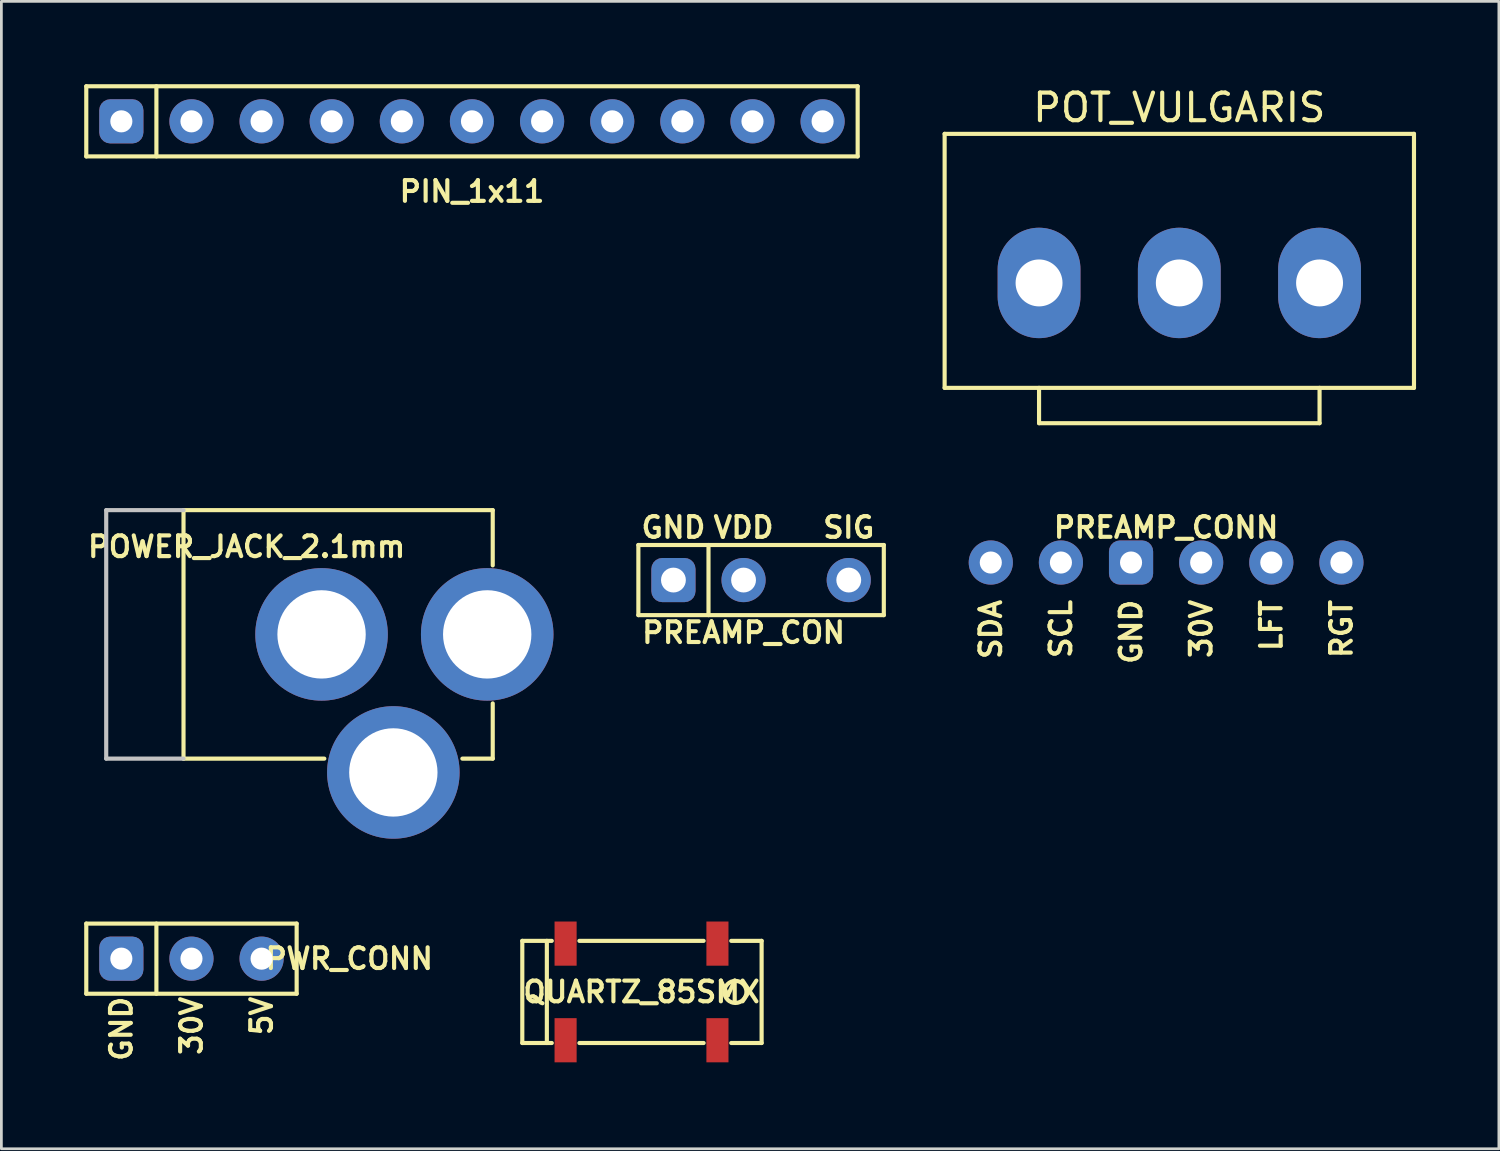
<source format=kicad_pcb>
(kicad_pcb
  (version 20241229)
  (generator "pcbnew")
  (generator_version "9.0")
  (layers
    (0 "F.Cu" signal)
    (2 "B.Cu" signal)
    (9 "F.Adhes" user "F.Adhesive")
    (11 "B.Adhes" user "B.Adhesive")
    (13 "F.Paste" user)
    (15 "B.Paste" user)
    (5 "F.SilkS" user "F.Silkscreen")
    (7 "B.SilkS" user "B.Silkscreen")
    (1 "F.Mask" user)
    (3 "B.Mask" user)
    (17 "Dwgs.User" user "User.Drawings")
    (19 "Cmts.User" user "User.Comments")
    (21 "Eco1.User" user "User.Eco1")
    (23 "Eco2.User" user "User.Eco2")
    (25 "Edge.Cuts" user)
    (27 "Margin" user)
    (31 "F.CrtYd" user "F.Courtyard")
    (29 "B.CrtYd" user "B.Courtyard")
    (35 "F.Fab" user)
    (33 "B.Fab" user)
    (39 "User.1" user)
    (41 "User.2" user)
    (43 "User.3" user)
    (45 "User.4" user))
  (footprint "PREAMP_CON"
    (layer "F.Cu")
    (at 23.882 17.96)
    (property "Reference" "PREAMP_CON" (at 0 1.905 0) (layer "F.SilkS") (effects (font (size 0.75 0.75) (thickness 0.15))))
    (attr through_hole)
    (fp_line (start -3.81 -1.27) (end -3.81 1.27) (stroke (width 0.15) (type solid)) (layer "F.SilkS"))
    (fp_line (start -3.81 1.27) (end 5.08 1.27) (stroke (width 0.15) (type solid)) (layer "F.SilkS"))
    (fp_line (start -1.27 -1.27) (end -1.27 1.27) (stroke (width 0.15) (type solid)) (layer "F.SilkS"))
    (fp_line (start 5.08 -1.27) (end -3.81 -1.27) (stroke (width 0.15) (type solid)) (layer "F.SilkS"))
    (fp_line (start 5.08 1.27) (end 5.08 -1.27) (stroke (width 0.15) (type solid)) (layer "F.SilkS"))
    (fp_text user "SIG" (at 3.81 -1.905 0) (layer "F.SilkS") (effects (font (size 0.75 0.75) (thickness 0.15))))
    (fp_text user "GND" (at -2.54 -1.905 0) (layer "F.SilkS") (effects (font (size 0.75 0.75) (thickness 0.15))))
    (fp_text user "VDD" (at 0 -1.905 0) (layer "F.SilkS") (effects (font (size 0.75 0.75) (thickness 0.15))))
    (pad "1" thru_hole roundrect (at -2.54 0) (size 1.6 1.6) (drill 0.9) (layers "*.Cu" "*.Mask") (roundrect_rratio 0.25))
    (pad "2" thru_hole circle (at 0 0) (size 1.6 1.6) (drill 0.9) (layers "*.Cu" "*.Mask"))
    (pad "3" thru_hole circle (at 3.81 0) (size 1.6 1.6) (drill 0.9) (layers "*.Cu" "*.Mask")))
  (footprint "PIN_1x11"
    (layer "F.Cu")
    (at 14.045 1.345)
    (property "Reference" "PIN_1x11" (at 0 2.54 0) (layer "F.SilkS") (effects (font (size 0.75 0.75) (thickness 0.15))))
    (attr through_hole)
    (fp_line (start -13.97 -1.27) (end -13.97 1.27) (stroke (width 0.15) (type solid)) (layer "F.SilkS"))
    (fp_line (start -13.97 -1.27) (end 13.97 -1.27) (stroke (width 0.15) (type solid)) (layer "F.SilkS"))
    (fp_line (start -11.43 1.27) (end -11.43 -1.27) (stroke (width 0.15) (type solid)) (layer "F.SilkS"))
    (fp_line (start 13.97 -1.27) (end 13.97 1.27) (stroke (width 0.15) (type solid)) (layer "F.SilkS"))
    (fp_line (start 13.97 1.27) (end -13.97 1.27) (stroke (width 0.15) (type solid)) (layer "F.SilkS"))
    (pad "1" thru_hole roundrect (at -12.7 0) (size 1.6 1.6) (drill 0.8) (layers "*.Cu" "*.Mask") (roundrect_rratio 0.25))
    (pad "2" thru_hole circle (at -10.16 0) (size 1.6 1.6) (drill 0.8) (layers "*.Cu" "*.Mask"))
    (pad "3" thru_hole circle (at -7.62 0) (size 1.6 1.6) (drill 0.8) (layers "*.Cu" "*.Mask"))
    (pad "4" thru_hole circle (at -5.08 0) (size 1.6 1.6) (drill 0.8) (layers "*.Cu" "*.Mask"))
    (pad "5" thru_hole circle (at -2.54 0) (size 1.6 1.6) (drill 0.8) (layers "*.Cu" "*.Mask"))
    (pad "6" thru_hole circle (at 0 0) (size 1.6 1.6) (drill 0.8) (layers "*.Cu" "*.Mask"))
    (pad "7" thru_hole circle (at 2.54 0) (size 1.6 1.6) (drill 0.8) (layers "*.Cu" "*.Mask"))
    (pad "8" thru_hole circle (at 5.08 0) (size 1.6 1.6) (drill 0.8) (layers "*.Cu" "*.Mask"))
    (pad "9" thru_hole circle (at 7.62 0) (size 1.6 1.6) (drill 0.8) (layers "*.Cu" "*.Mask"))
    (pad "10" thru_hole circle (at 10.16 0) (size 1.6 1.6) (drill 0.8) (layers "*.Cu" "*.Mask"))
    (pad "11" thru_hole circle (at 12.7 0) (size 1.6 1.6) (drill 0.8) (layers "*.Cu" "*.Mask")))
  (footprint "PREAMP_CONN"
    (layer "F.Cu")
    (at 39.187 17.325)
    (property "Reference" "PREAMP_CONN" (at 0 -1.27 0) (unlocked yes) (layer "F.SilkS") (effects (font (size 0.75 0.75) (thickness 0.15))))
    (attr through_hole)
    (fp_text user "SCL" (at -3.81 1.27 90) (unlocked yes) (layer "F.SilkS") (effects (font (size 0.75 0.75) (thickness 0.15)) (justify right)))
    (fp_text user "GND" (at -1.27 1.27 90) (unlocked yes) (layer "F.SilkS") (effects (font (size 0.75 0.75) (thickness 0.15)) (justify right)))
    (fp_text user "RGT" (at 6.35 1.27 90) (unlocked yes) (layer "F.SilkS") (effects (font (size 0.75 0.75) (thickness 0.15)) (justify right)))
    (fp_text user "LFT" (at 3.81 1.27 90) (unlocked yes) (layer "F.SilkS") (effects (font (size 0.75 0.75) (thickness 0.15)) (justify right)))
    (fp_text user "SDA" (at -6.35 1.27 90) (unlocked yes) (layer "F.SilkS") (effects (font (size 0.75 0.75) (thickness 0.15)) (justify right)))
    (fp_text user "30V" (at 1.27 1.27 90) (unlocked yes) (layer "F.SilkS") (effects (font (size 0.75 0.75) (thickness 0.15)) (justify right)))
    (pad "1" thru_hole circle (at -6.35 0) (size 1.6 1.6) (drill 0.8) (layers "*.Cu" "*.Mask"))
    (pad "2" thru_hole circle (at -3.81 0) (size 1.6 1.6) (drill 0.8) (layers "*.Cu" "*.Mask"))
    (pad "3" thru_hole roundrect (at -1.27 0) (size 1.6 1.6) (drill 0.8) (layers "*.Cu" "*.Mask") (roundrect_rratio 0.25))
    (pad "4" thru_hole circle (at 1.27 0) (size 1.6 1.6) (drill 0.8) (layers "*.Cu" "*.Mask"))
    (pad "5" thru_hole circle (at 3.81 0) (size 1.6 1.6) (drill 0.8) (layers "*.Cu" "*.Mask"))
    (pad "6" thru_hole circle (at 6.35 0) (size 1.6 1.6) (drill 0.8) (layers "*.Cu" "*.Mask")))
  (footprint "PWR_CONN"
    (layer "F.Cu")
    (at 3.885 31.673)
    (property "Reference" "PWR_CONN" (at 5.715 0 0) (layer "F.SilkS") (effects (font (size 0.75 0.75) (thickness 0.15))))
    (attr through_hole)
    (fp_line (start -3.81 -1.27) (end -3.81 1.27) (stroke (width 0.15) (type solid)) (layer "F.SilkS"))
    (fp_line (start -3.81 -1.27) (end 3.81 -1.27) (stroke (width 0.15) (type solid)) (layer "F.SilkS"))
    (fp_line (start -1.27 1.27) (end -1.27 -1.27) (stroke (width 0.15) (type solid)) (layer "F.SilkS"))
    (fp_line (start 3.81 -1.27) (end 3.81 1.27) (stroke (width 0.15) (type solid)) (layer "F.SilkS"))
    (fp_line (start 3.81 1.27) (end -3.81 1.27) (stroke (width 0.15) (type solid)) (layer "F.SilkS"))
    (fp_text user "5V" (at 2.54 1.3 90) (unlocked yes) (layer "F.SilkS") (effects (font (size 0.75 0.75) (thickness 0.15)) (justify right)))
    (fp_text user "30V" (at 0 1.3 90) (unlocked yes) (layer "F.SilkS") (effects (font (size 0.75 0.75) (thickness 0.15)) (justify right)))
    (fp_text user "GND" (at -2.54 1.3 90) (unlocked yes) (layer "F.SilkS") (effects (font (size 0.75 0.75) (thickness 0.15)) (justify right)))
    (pad "1" thru_hole roundrect (at -2.54 0) (size 1.6 1.6) (drill 0.8) (layers "*.Cu" "*.Mask") (roundrect_rratio 0.25))
    (pad "2" thru_hole circle (at 0 0) (size 1.6 1.6) (drill 0.8) (layers "*.Cu" "*.Mask"))
    (pad "3" thru_hole circle (at 2.54 0) (size 1.6 1.6) (drill 0.8) (layers "*.Cu" "*.Mask")))
  (footprint "POT_VULGARIS"
    (layer "F.Cu")
    (at 39.665 7.198)
    (property "Reference" "POT_VULGARIS" (at 0 -6.35 0) (layer "F.SilkS") (effects (font (size 1 1) (thickness 0.15))))
    (attr through_hole)
    (fp_line (start -8.5 -5.4) (end -8.5 3.8) (stroke (width 0.15) (type solid)) (layer "F.SilkS"))
    (fp_line (start -8.5 -5.4) (end 8.5 -5.4) (stroke (width 0.15) (type solid)) (layer "F.SilkS"))
    (fp_line (start -8.5 3.8) (end 8.5 3.8) (stroke (width 0.15) (type solid)) (layer "F.SilkS"))
    (fp_line (start -5.08 5.08) (end -5.08 3.8) (stroke (width 0.15) (type solid)) (layer "F.SilkS"))
    (fp_line (start -5.08 5.08) (end 5.08 5.08) (stroke (width 0.15) (type solid)) (layer "F.SilkS"))
    (fp_line (start 5.08 5.08) (end 5.08 3.8) (stroke (width 0.15) (type solid)) (layer "F.SilkS"))
    (fp_line (start 8.5 -5.4) (end 8.5 3.8) (stroke (width 0.15) (type solid)) (layer "F.SilkS"))
    (pad "1" thru_hole oval (at -5.08 0) (size 3 4) (drill 1.7) (layers "*.Cu" "*.Mask"))
    (pad "2" thru_hole oval (at 0 0) (size 3 4) (drill 1.7) (layers "*.Cu" "*.Mask"))
    (pad "3" thru_hole oval (at 5.08 0) (size 3 4) (drill 1.7) (layers "*.Cu" "*.Mask")))
  (footprint "POWER_JACK_2.1mm"
    (layer "F.Cu")
    (at 11.597 19.928)
    (property "Reference" "POWER_JACK_2.1mm" (at -5.715 -3.175 0) (layer "F.SilkS") (effects (font (size 0.75 0.75) (thickness 0.15))))
    (attr through_hole)
    (fp_line (start -8 -4.5) (end -8 4.5) (stroke (width 0.15) (type solid)) (layer "F.SilkS"))
    (fp_line (start -2.9 4.5) (end -8 4.5) (stroke (width 0.15) (type solid)) (layer "F.SilkS"))
    (fp_line (start 3.2 -4.5) (end -8 -4.5) (stroke (width 0.15) (type solid)) (layer "F.SilkS"))
    (fp_line (start 3.2 -4.5) (end 3.2 -2.5) (stroke (width 0.15) (type solid)) (layer "F.SilkS"))
    (fp_line (start 3.2 2.5) (end 3.2 4.5) (stroke (width 0.15) (type solid)) (layer "F.SilkS"))
    (fp_line (start 3.2 4.5) (end 2.1 4.5) (stroke (width 0.15) (type solid)) (layer "F.SilkS"))
    (fp_line (start -10.8 -4.5) (end -10.8 4.5) (stroke (width 0.15) (type solid)) (layer "Dwgs.User"))
    (fp_line (start -10.8 4.5) (end -8 4.5) (stroke (width 0.15) (type solid)) (layer "Dwgs.User"))
    (fp_line (start -8 -4.5) (end -10.8 -4.5) (stroke (width 0.15) (type solid)) (layer "Dwgs.User"))
    (pad "1" thru_hole circle (at 3 0) (size 4.8 4.8) (drill 3.2) (layers "*.Cu" "*.Mask"))
    (pad "2" thru_hole circle (at -3 0) (size 4.8 4.8) (drill 3.2) (layers "*.Cu" "*.Mask"))
    (pad "3" thru_hole circle (at -0.4 5) (size 4.8 4.8) (drill 3.2) (layers "*.Cu" "*.Mask")))
  (footprint "QUARTZ_85SMX"
    (layer "F.Cu")
    (at 20.186 32.878)
    (property "Reference" "QUARTZ_85SMX" (at 0 0 0) (layer "F.SilkS") (effects (font (size 0.75 0.75) (thickness 0.15))))
    (attr smd)
    (fp_line (start -4.318 -1.85) (end -4.318 1.85) (stroke (width 0.15) (type solid)) (layer "F.SilkS"))
    (fp_line (start -3.429 -1.85) (end -3.429 1.85) (stroke (width 0.15) (type solid)) (layer "F.SilkS"))
    (fp_line (start -3.25 -1.85) (end -4.318 -1.85) (stroke (width 0.15) (type solid)) (layer "F.SilkS"))
    (fp_line (start -3.25 1.85) (end -4.318 1.85) (stroke (width 0.15) (type solid)) (layer "F.SilkS"))
    (fp_line (start 2.25 -1.85) (end -2.25 -1.85) (stroke (width 0.15) (type solid)) (layer "F.SilkS"))
    (fp_line (start 2.25 1.85) (end -2.25 1.85) (stroke (width 0.15) (type solid)) (layer "F.SilkS"))
    (fp_line (start 3.25 1.85) (end 4.35 1.85) (stroke (width 0.15) (type solid)) (layer "F.SilkS"))
    (fp_line (start 4.35 -1.85) (end 3.25 -1.85) (stroke (width 0.15) (type solid)) (layer "F.SilkS"))
    (fp_line (start 4.35 -1.85) (end 4.35 1.85) (stroke (width 0.15) (type solid)) (layer "F.SilkS"))
    (fp_circle (center 3.4 0) (end 3.4 0.4) (stroke (width 0.15) (type solid)) (fill no) (layer "F.SilkS"))
    (pad "1" smd rect (at -2.75 1.75) (size 0.8 1.6) (layers "F.Cu" "F.Mask" "F.Paste"))
    (pad "2" smd rect (at -2.75 -1.75) (size 0.8 1.6) (layers "F.Cu" "F.Mask" "F.Paste"))
    (pad "3" smd rect (at 2.75 1.75) (size 0.8 1.6) (layers "F.Cu" "F.Mask" "F.Paste"))
    (pad "4" smd rect (at 2.75 -1.75) (size 0.8 1.6) (layers "F.Cu" "F.Mask" "F.Paste")))
  (gr_rect
    (start -3 -3)
    (end 51.24 38.559)
    (stroke (width 0.1) (type default))
    (fill no)
    (layer "Edge.Cuts")))
</source>
